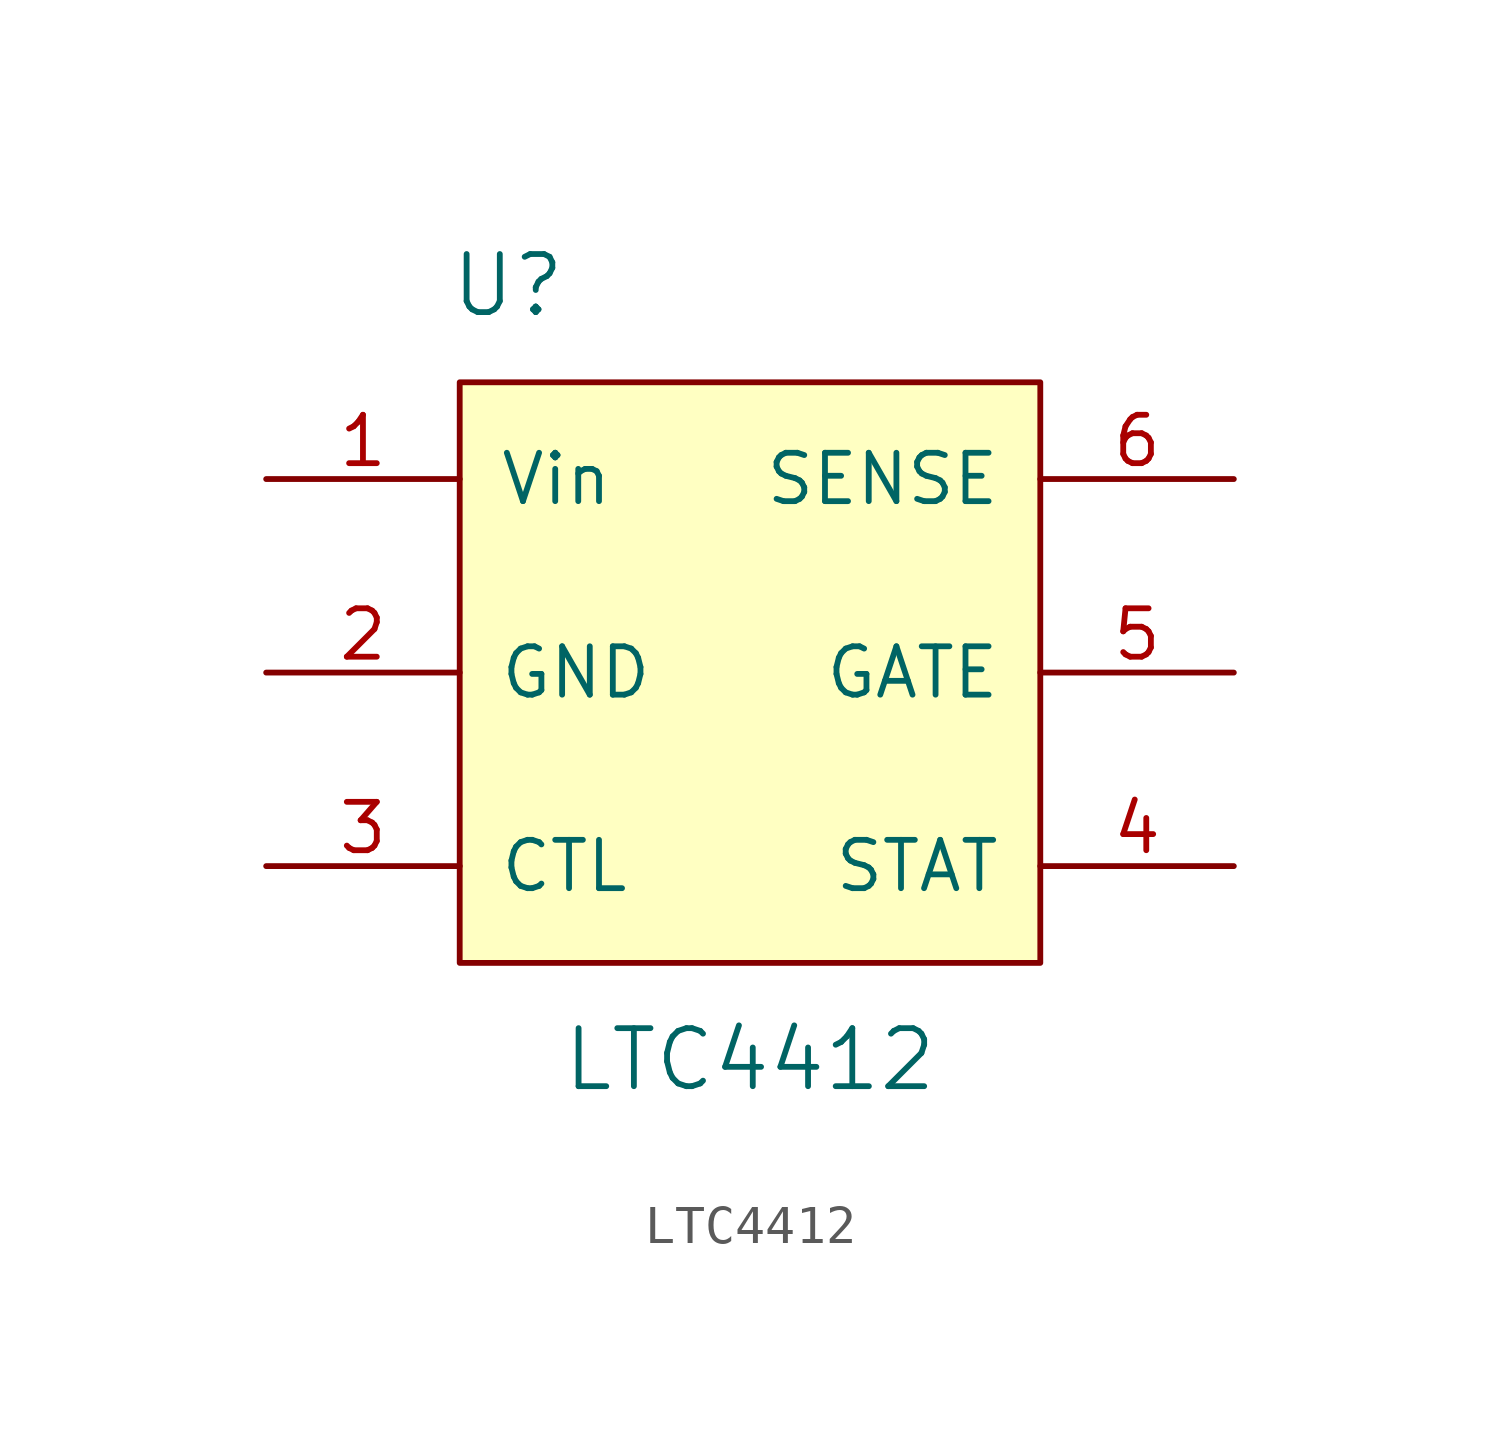
<source format=kicad_sym>
(kicad_symbol_lib
  (version 20241209)
  (generator "kicad_symbol_editor")
  (generator_version "9.0")
  (symbol "LTC4412"
    (pin_names
      (offset 1.016))
    (property "Reference" "U"
      (at -6.35 10.16 0)
      (effects (font (size 1.524 1.524))))
    (property "Value" "LTC4412"
      (at 0 -10.16 0)
      (effects (font (size 1.524 1.524))))
    (symbol "LTC4412_0_1"
      (rectangle (start -7.62 7.62) (end 7.62 -7.62) (stroke (width 0) (type default)) (fill (type background))))
    (symbol "LTC4412_1_1"
      (pin passive line (at -12.7 5.08 0) (length 5.08) (name "Vin" (effects (font (size 1.27 1.27)))) (number "1" (effects (font (size 1.27 1.27)))))
      (pin passive line (at -12.7 0 0) (length 5.08) (name "GND" (effects (font (size 1.27 1.27)))) (number "2" (effects (font (size 1.27 1.27)))))
      (pin passive line (at -12.7 -5.08 0) (length 5.08) (name "CTL" (effects (font (size 1.27 1.27)))) (number "3" (effects (font (size 1.27 1.27)))))
      (pin passive line (at 12.7 5.08 180) (length 5.08) (name "SENSE" (effects (font (size 1.27 1.27)))) (number "6" (effects (font (size 1.27 1.27)))))
      (pin passive line (at 12.7 0 180) (length 5.08) (name "GATE" (effects (font (size 1.27 1.27)))) (number "5" (effects (font (size 1.27 1.27)))))
      (pin passive line (at 12.7 -5.08 180) (length 5.08) (name "STAT" (effects (font (size 1.27 1.27)))) (number "4" (effects (font (size 1.27 1.27))))))))
</source>
